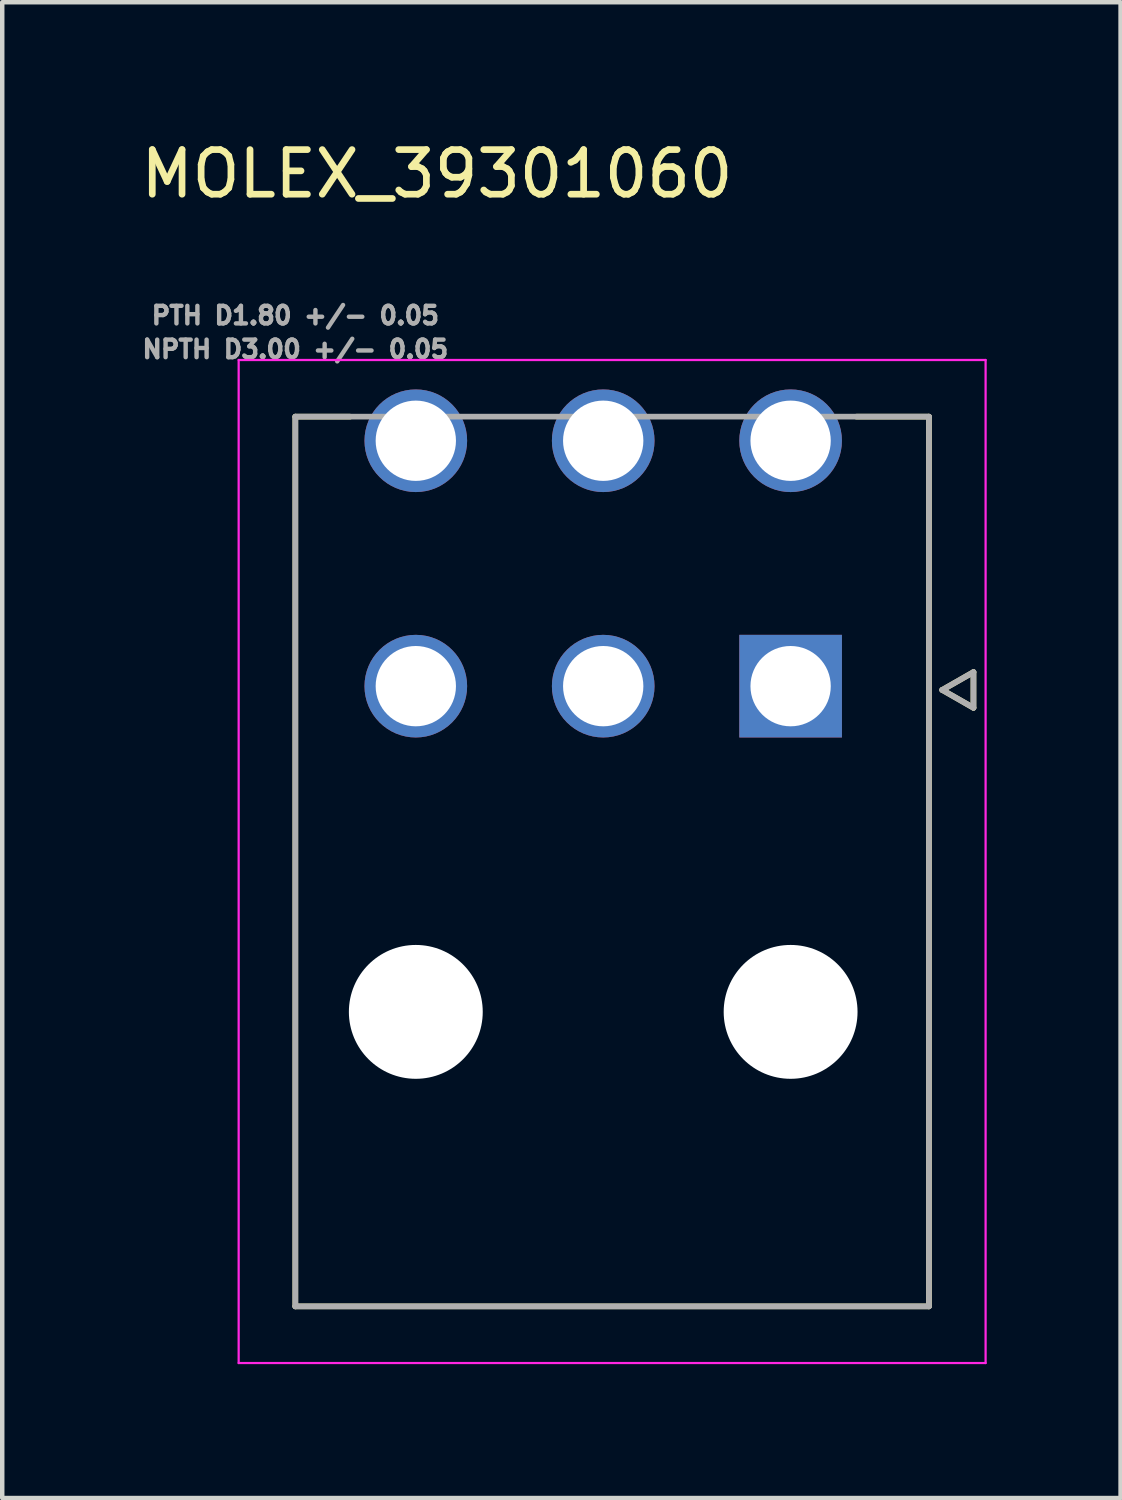
<source format=kicad_pcb>
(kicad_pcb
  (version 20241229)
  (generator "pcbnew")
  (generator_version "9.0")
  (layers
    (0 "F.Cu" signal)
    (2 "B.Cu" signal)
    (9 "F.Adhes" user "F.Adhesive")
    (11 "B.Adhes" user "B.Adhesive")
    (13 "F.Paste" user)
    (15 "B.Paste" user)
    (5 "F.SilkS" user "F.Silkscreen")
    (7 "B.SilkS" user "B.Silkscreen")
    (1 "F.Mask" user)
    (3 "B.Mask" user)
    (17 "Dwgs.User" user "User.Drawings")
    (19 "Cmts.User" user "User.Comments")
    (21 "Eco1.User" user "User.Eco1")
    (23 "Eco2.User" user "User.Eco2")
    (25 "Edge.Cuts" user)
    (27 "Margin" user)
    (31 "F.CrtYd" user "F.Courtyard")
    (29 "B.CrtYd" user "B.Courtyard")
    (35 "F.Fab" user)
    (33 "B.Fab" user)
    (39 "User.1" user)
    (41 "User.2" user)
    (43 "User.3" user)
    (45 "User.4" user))
  (footprint "MOLEX_39301060"
    (layer "F.Cu")
    (at 14.669 12.328)
    (property "Reference" "MOLEX_39301060" (at -7.925 -11.48 0) (layer "F.SilkS") (effects (font (size 1 1) (thickness 0.15))))
    (attr through_hole)
    (fp_circle (center -8.4 -5.5) (end -7.787 -5.5) (stroke (width 1.226) (type solid)) (fill no) (layer "F.Mask"))
    (fp_circle (center -8.4 0) (end -7.787 0) (stroke (width 1.226) (type solid)) (fill no) (layer "F.Mask"))
    (fp_circle (center -8.4 7.3) (end -7.612 7.3) (stroke (width 1.576) (type solid)) (fill no) (layer "F.Mask"))
    (fp_circle (center -4.2 -5.5) (end -3.587 -5.5) (stroke (width 1.226) (type solid)) (fill no) (layer "F.Mask"))
    (fp_circle (center -4.2 0) (end -3.587 0) (stroke (width 1.226) (type solid)) (fill no) (layer "F.Mask"))
    (fp_circle (center 0 -5.5) (end 0.613 -5.5) (stroke (width 1.226) (type solid)) (fill no) (layer "F.Mask"))
    (fp_circle (center 0 7.3) (end 0.788 7.3) (stroke (width 1.576) (type solid)) (fill no) (layer "F.Mask"))
    (fp_poly (pts (xy -1.226 -1.226) (xy 1.226 -1.226) (xy 1.226 1.226) (xy -1.226 1.226)) (stroke (width 0.01) (type solid)) (fill yes) (layer "F.Mask"))
    (fp_circle (center -8.4 -5.5) (end -7.787 -5.5) (stroke (width 1.226) (type solid)) (fill no) (layer "B.Mask"))
    (fp_circle (center -8.4 0) (end -7.787 0) (stroke (width 1.226) (type solid)) (fill no) (layer "B.Mask"))
    (fp_circle (center -8.4 7.3) (end -7.612 7.3) (stroke (width 1.576) (type solid)) (fill no) (layer "B.Mask"))
    (fp_circle (center -4.2 -5.5) (end -3.587 -5.5) (stroke (width 1.226) (type solid)) (fill no) (layer "B.Mask"))
    (fp_circle (center -4.2 0) (end -3.587 0) (stroke (width 1.226) (type solid)) (fill no) (layer "B.Mask"))
    (fp_circle (center 0 -5.5) (end 0.613 -5.5) (stroke (width 1.226) (type solid)) (fill no) (layer "B.Mask"))
    (fp_circle (center 0 7.3) (end 0.788 7.3) (stroke (width 1.576) (type solid)) (fill no) (layer "B.Mask"))
    (fp_poly (pts (xy -1.226 -1.226) (xy 1.226 -1.226) (xy 1.226 1.226) (xy -1.226 1.226)) (stroke (width 0.01) (type solid)) (fill yes) (layer "B.Mask"))
    (fp_line (start -11.1 -6.04) (end -9.876 -6.04) (stroke (width 0.127) (type solid)) (layer "F.SilkS"))
    (fp_line (start -11.1 13.9) (end -11.1 -6.04) (stroke (width 0.127) (type solid)) (layer "F.SilkS"))
    (fp_line (start 3.1 -6.04) (end 1.476 -6.04) (stroke (width 0.127) (type solid)) (layer "F.SilkS"))
    (fp_line (start 3.1 -6.04) (end 3.1 13.9) (stroke (width 0.127) (type solid)) (layer "F.SilkS"))
    (fp_line (start 3.1 13.9) (end -11.1 13.9) (stroke (width 0.127) (type solid)) (layer "F.SilkS"))
    (fp_line (start 3.398 0.085) (end 4.098 0.485) (stroke (width 0.127) (type solid)) (layer "F.SilkS"))
    (fp_line (start 4.098 -0.315) (end 3.398 0.085) (stroke (width 0.127) (type solid)) (layer "F.SilkS"))
    (fp_line (start 4.098 0.485) (end 4.098 -0.315) (stroke (width 0.127) (type solid)) (layer "F.SilkS"))
    (fp_line (start -12.37 -7.31) (end 4.37 -7.31) (stroke (width 0.05) (type solid)) (layer "F.CrtYd"))
    (fp_line (start -12.37 15.17) (end -12.37 -7.31) (stroke (width 0.05) (type solid)) (layer "F.CrtYd"))
    (fp_line (start 4.37 -7.31) (end 4.37 15.17) (stroke (width 0.05) (type solid)) (layer "F.CrtYd"))
    (fp_line (start 4.37 15.17) (end -12.37 15.17) (stroke (width 0.05) (type solid)) (layer "F.CrtYd"))
    (fp_line (start -11.1 -6.04) (end 3.1 -6.04) (stroke (width 0.127) (type solid)) (layer "F.Fab"))
    (fp_line (start -11.1 13.9) (end -11.1 -6.04) (stroke (width 0.127) (type solid)) (layer "F.Fab"))
    (fp_line (start 3.1 -6.04) (end 3.1 13.9) (stroke (width 0.127) (type solid)) (layer "F.Fab"))
    (fp_line (start 3.1 13.9) (end -11.1 13.9) (stroke (width 0.127) (type solid)) (layer "F.Fab"))
    (fp_line (start 3.398 0.085) (end 4.098 0.485) (stroke (width 0.127) (type solid)) (layer "F.Fab"))
    (fp_line (start 4.098 -0.315) (end 3.398 0.085) (stroke (width 0.127) (type solid)) (layer "F.Fab"))
    (fp_line (start 4.098 0.485) (end 4.098 -0.315) (stroke (width 0.127) (type solid)) (layer "F.Fab"))
    (fp_text user "PTH D1.80 +/- 0.05" (at -11.1 -8.307 0) (layer "F.Fab") (effects (font (size 0.394 0.394) (thickness 0.15))))
    (fp_text user "NPTH D3.00 +/- 0.05" (at -11.1 -7.55 0) (layer "F.Fab") (effects (font (size 0.394 0.394) (thickness 0.15))))
    (pad "" np_thru_hole circle (at -8.4 7.3) (size 3 3) (drill 3) (layers "*.Cu" "*.Mask"))
    (pad "" np_thru_hole circle (at 0 7.3) (size 3 3) (drill 3) (layers "*.Cu" "*.Mask"))
    (pad "1" thru_hole rect (at 0 0) (size 2.3 2.3) (drill 1.8) (layers "*.Cu"))
    (pad "2" thru_hole circle (at -4.2 0) (size 2.3 2.3) (drill 1.8) (layers "*.Cu"))
    (pad "3" thru_hole circle (at -8.4 0) (size 2.3 2.3) (drill 1.8) (layers "*.Cu"))
    (pad "4" thru_hole circle (at 0 -5.5) (size 2.3 2.3) (drill 1.8) (layers "*.Cu"))
    (pad "5" thru_hole circle (at -4.2 -5.5) (size 2.3 2.3) (drill 1.8) (layers "*.Cu"))
    (pad "6" thru_hole circle (at -8.4 -5.5) (size 2.3 2.3) (drill 1.8) (layers "*.Cu")))
  (gr_rect
    (start -3 -3)
    (end 22.064 30.523)
    (stroke (width 0.1) (type default))
    (fill no)
    (layer "Edge.Cuts")))
</source>
